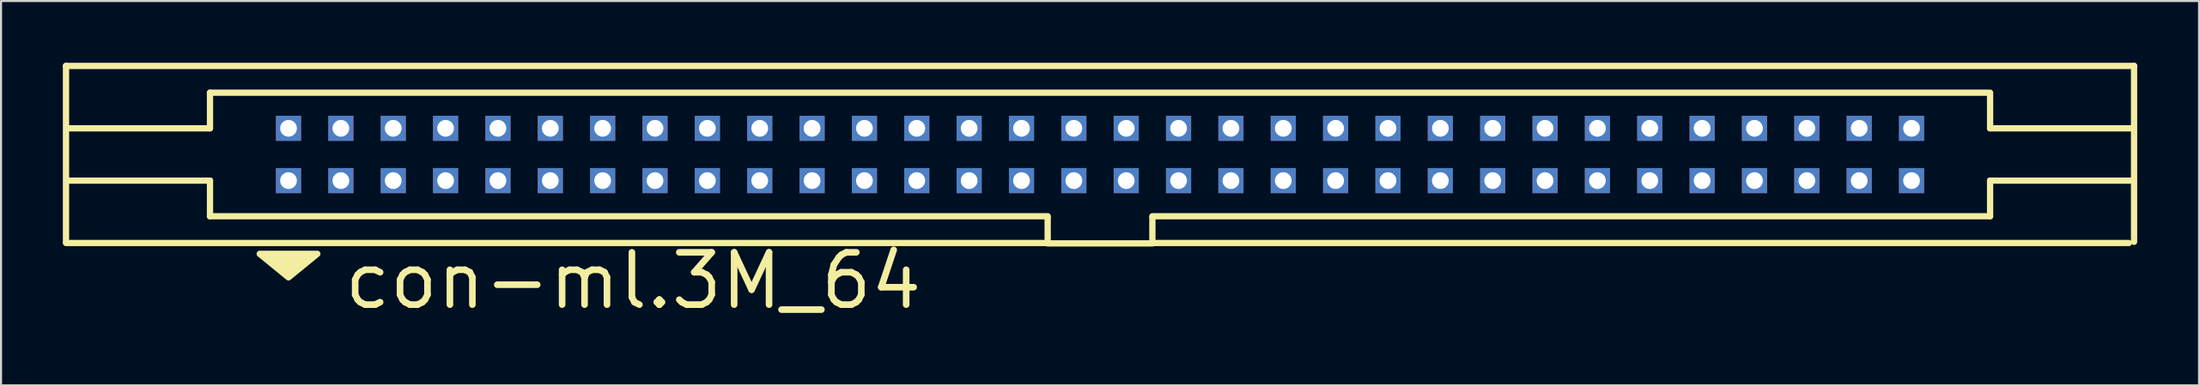
<source format=kicad_pcb>
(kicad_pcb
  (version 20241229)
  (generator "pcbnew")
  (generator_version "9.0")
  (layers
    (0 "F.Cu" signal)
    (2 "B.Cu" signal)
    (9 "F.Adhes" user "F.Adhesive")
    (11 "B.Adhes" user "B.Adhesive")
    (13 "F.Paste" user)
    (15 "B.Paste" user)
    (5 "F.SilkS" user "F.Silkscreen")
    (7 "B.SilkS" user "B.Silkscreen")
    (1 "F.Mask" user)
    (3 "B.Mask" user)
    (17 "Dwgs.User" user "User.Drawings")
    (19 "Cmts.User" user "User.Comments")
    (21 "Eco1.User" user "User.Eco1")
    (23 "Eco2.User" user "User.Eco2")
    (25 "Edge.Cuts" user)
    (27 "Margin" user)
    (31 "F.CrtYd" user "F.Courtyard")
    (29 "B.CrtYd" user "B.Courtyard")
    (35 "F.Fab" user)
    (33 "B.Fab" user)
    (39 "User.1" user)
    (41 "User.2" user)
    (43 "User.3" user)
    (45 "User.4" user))
  (footprint "con-ml.3M_64"
    (layer "F.Cu")
    (at 50.317 4.452)
    (property "Reference" "con-ml.3M_64" (at -36.83 7.62 0) (layer "F.SilkS") (effects (font (size 2.54 2.54) (thickness 0.32)) (justify left bottom)))
    (attr through_hole)
    (fp_line (start -50.165 -4.3) (end -50.165 4.242) (stroke (width 0.305) (type default)) (layer "F.SilkS"))
    (fp_line (start -50.165 4.3) (end -2.54 4.3) (stroke (width 0.305) (type default)) (layer "F.SilkS"))
    (fp_line (start -43.18 -1.27) (end -50.038 -1.27) (stroke (width 0.305) (type default)) (layer "F.SilkS"))
    (fp_line (start -43.18 -1.27) (end -43.18 -3) (stroke (width 0.305) (type default)) (layer "F.SilkS"))
    (fp_line (start -43.18 1.27) (end -50.038 1.27) (stroke (width 0.305) (type default)) (layer "F.SilkS"))
    (fp_line (start -43.18 3) (end -43.18 1.27) (stroke (width 0.305) (type default)) (layer "F.SilkS"))
    (fp_line (start -2.54 3) (end -43.18 3) (stroke (width 0.305) (type default)) (layer "F.SilkS"))
    (fp_line (start -2.54 4.3) (end -2.54 3.048) (stroke (width 0.305) (type default)) (layer "F.SilkS"))
    (fp_line (start -2.54 4.318) (end 2.54 4.318) (stroke (width 0.305) (type default)) (layer "F.SilkS"))
    (fp_line (start 2.54 3.048) (end 2.54 4.3) (stroke (width 0.305) (type default)) (layer "F.SilkS"))
    (fp_line (start 2.54 4.3) (end 49.911 4.3) (stroke (width 0.305) (type default)) (layer "F.SilkS"))
    (fp_line (start 43.053 -3) (end -43.18 -3) (stroke (width 0.305) (type default)) (layer "F.SilkS"))
    (fp_line (start 43.18 -1.27) (end 43.18 -3) (stroke (width 0.305) (type default)) (layer "F.SilkS"))
    (fp_line (start 43.18 -1.27) (end 50.038 -1.27) (stroke (width 0.305) (type default)) (layer "F.SilkS"))
    (fp_line (start 43.18 1.27) (end 50.038 1.27) (stroke (width 0.305) (type default)) (layer "F.SilkS"))
    (fp_line (start 43.18 3) (end 2.54 3) (stroke (width 0.305) (type default)) (layer "F.SilkS"))
    (fp_line (start 43.18 3) (end 43.18 1.27) (stroke (width 0.305) (type default)) (layer "F.SilkS"))
    (fp_line (start 50.165 -4.3) (end -50.165 -4.3) (stroke (width 0.305) (type default)) (layer "F.SilkS"))
    (fp_line (start 50.165 4.242) (end 50.165 -4.3) (stroke (width 0.305) (type default)) (layer "F.SilkS"))
    (fp_poly (pts (xy -40.767 4.826) (xy -37.973 4.826) (xy -39.37 5.969)) (stroke (width 0.305) (type default)) (fill yes) (layer "F.SilkS"))
    (pad "1" thru_hole rect (at -39.37 1.27) (size 1.219 1.219) (drill 0.813) (layers "*.Cu" "*.Mask"))
    (pad "2" thru_hole rect (at -39.37 -1.27) (size 1.219 1.219) (drill 0.813) (layers "*.Cu" "*.Mask"))
    (pad "3" thru_hole rect (at -36.83 1.27) (size 1.219 1.219) (drill 0.813) (layers "*.Cu" "*.Mask"))
    (pad "4" thru_hole rect (at -36.83 -1.27) (size 1.219 1.219) (drill 0.813) (layers "*.Cu" "*.Mask"))
    (pad "5" thru_hole rect (at -34.29 1.27) (size 1.219 1.219) (drill 0.813) (layers "*.Cu" "*.Mask"))
    (pad "6" thru_hole rect (at -34.29 -1.27) (size 1.219 1.219) (drill 0.813) (layers "*.Cu" "*.Mask"))
    (pad "7" thru_hole rect (at -31.75 1.27) (size 1.219 1.219) (drill 0.813) (layers "*.Cu" "*.Mask"))
    (pad "8" thru_hole rect (at -31.75 -1.27) (size 1.219 1.219) (drill 0.813) (layers "*.Cu" "*.Mask"))
    (pad "9" thru_hole rect (at -29.21 1.27) (size 1.219 1.219) (drill 0.813) (layers "*.Cu" "*.Mask"))
    (pad "10" thru_hole rect (at -29.21 -1.27) (size 1.219 1.219) (drill 0.813) (layers "*.Cu" "*.Mask"))
    (pad "11" thru_hole rect (at -26.67 1.27) (size 1.219 1.219) (drill 0.813) (layers "*.Cu" "*.Mask"))
    (pad "12" thru_hole rect (at -26.67 -1.27) (size 1.219 1.219) (drill 0.813) (layers "*.Cu" "*.Mask"))
    (pad "13" thru_hole rect (at -24.13 1.27) (size 1.219 1.219) (drill 0.813) (layers "*.Cu" "*.Mask"))
    (pad "14" thru_hole rect (at -24.13 -1.27) (size 1.219 1.219) (drill 0.813) (layers "*.Cu" "*.Mask"))
    (pad "15" thru_hole rect (at -21.59 1.27) (size 1.219 1.219) (drill 0.813) (layers "*.Cu" "*.Mask"))
    (pad "16" thru_hole rect (at -21.59 -1.27) (size 1.219 1.219) (drill 0.813) (layers "*.Cu" "*.Mask"))
    (pad "17" thru_hole rect (at -19.05 1.27) (size 1.219 1.219) (drill 0.813) (layers "*.Cu" "*.Mask"))
    (pad "18" thru_hole rect (at -19.05 -1.27) (size 1.219 1.219) (drill 0.813) (layers "*.Cu" "*.Mask"))
    (pad "19" thru_hole rect (at -16.51 1.27) (size 1.219 1.219) (drill 0.813) (layers "*.Cu" "*.Mask"))
    (pad "20" thru_hole rect (at -16.51 -1.27) (size 1.219 1.219) (drill 0.813) (layers "*.Cu" "*.Mask"))
    (pad "21" thru_hole rect (at -13.97 1.27) (size 1.219 1.219) (drill 0.813) (layers "*.Cu" "*.Mask"))
    (pad "22" thru_hole rect (at -13.97 -1.27) (size 1.219 1.219) (drill 0.813) (layers "*.Cu" "*.Mask"))
    (pad "23" thru_hole rect (at -11.43 1.27) (size 1.219 1.219) (drill 0.813) (layers "*.Cu" "*.Mask"))
    (pad "24" thru_hole rect (at -11.43 -1.27) (size 1.219 1.219) (drill 0.813) (layers "*.Cu" "*.Mask"))
    (pad "25" thru_hole rect (at -8.89 1.27) (size 1.219 1.219) (drill 0.813) (layers "*.Cu" "*.Mask"))
    (pad "26" thru_hole rect (at -8.89 -1.27) (size 1.219 1.219) (drill 0.813) (layers "*.Cu" "*.Mask"))
    (pad "27" thru_hole rect (at -6.35 1.27) (size 1.219 1.219) (drill 0.813) (layers "*.Cu" "*.Mask"))
    (pad "28" thru_hole rect (at -6.35 -1.27) (size 1.219 1.219) (drill 0.813) (layers "*.Cu" "*.Mask"))
    (pad "29" thru_hole rect (at -3.81 1.27) (size 1.219 1.219) (drill 0.813) (layers "*.Cu" "*.Mask"))
    (pad "30" thru_hole rect (at -3.81 -1.27) (size 1.219 1.219) (drill 0.813) (layers "*.Cu" "*.Mask"))
    (pad "31" thru_hole rect (at -1.27 1.27) (size 1.219 1.219) (drill 0.813) (layers "*.Cu" "*.Mask"))
    (pad "32" thru_hole rect (at -1.27 -1.27) (size 1.219 1.219) (drill 0.813) (layers "*.Cu" "*.Mask"))
    (pad "33" thru_hole rect (at 1.27 1.27) (size 1.219 1.219) (drill 0.813) (layers "*.Cu" "*.Mask"))
    (pad "34" thru_hole rect (at 1.27 -1.27) (size 1.219 1.219) (drill 0.813) (layers "*.Cu" "*.Mask"))
    (pad "35" thru_hole rect (at 3.81 1.27) (size 1.219 1.219) (drill 0.813) (layers "*.Cu" "*.Mask"))
    (pad "36" thru_hole rect (at 3.81 -1.27) (size 1.219 1.219) (drill 0.813) (layers "*.Cu" "*.Mask"))
    (pad "37" thru_hole rect (at 6.35 1.27) (size 1.219 1.219) (drill 0.813) (layers "*.Cu" "*.Mask"))
    (pad "38" thru_hole rect (at 6.35 -1.27) (size 1.219 1.219) (drill 0.813) (layers "*.Cu" "*.Mask"))
    (pad "39" thru_hole rect (at 8.89 1.27) (size 1.219 1.219) (drill 0.813) (layers "*.Cu" "*.Mask"))
    (pad "40" thru_hole rect (at 8.89 -1.27) (size 1.219 1.219) (drill 0.813) (layers "*.Cu" "*.Mask"))
    (pad "41" thru_hole rect (at 11.43 1.27) (size 1.219 1.219) (drill 0.813) (layers "*.Cu" "*.Mask"))
    (pad "42" thru_hole rect (at 11.43 -1.27) (size 1.219 1.219) (drill 0.813) (layers "*.Cu" "*.Mask"))
    (pad "43" thru_hole rect (at 13.97 1.27) (size 1.219 1.219) (drill 0.813) (layers "*.Cu" "*.Mask"))
    (pad "44" thru_hole rect (at 13.97 -1.27) (size 1.219 1.219) (drill 0.813) (layers "*.Cu" "*.Mask"))
    (pad "45" thru_hole rect (at 16.51 1.27) (size 1.219 1.219) (drill 0.813) (layers "*.Cu" "*.Mask"))
    (pad "46" thru_hole rect (at 16.51 -1.27) (size 1.219 1.219) (drill 0.813) (layers "*.Cu" "*.Mask"))
    (pad "47" thru_hole rect (at 19.05 1.27) (size 1.219 1.219) (drill 0.813) (layers "*.Cu" "*.Mask"))
    (pad "48" thru_hole rect (at 19.05 -1.27) (size 1.219 1.219) (drill 0.813) (layers "*.Cu" "*.Mask"))
    (pad "49" thru_hole rect (at 21.59 1.27) (size 1.219 1.219) (drill 0.813) (layers "*.Cu" "*.Mask"))
    (pad "50" thru_hole rect (at 21.59 -1.27) (size 1.219 1.219) (drill 0.813) (layers "*.Cu" "*.Mask"))
    (pad "51" thru_hole rect (at 24.13 1.27) (size 1.219 1.219) (drill 0.813) (layers "*.Cu" "*.Mask"))
    (pad "52" thru_hole rect (at 24.13 -1.27) (size 1.219 1.219) (drill 0.813) (layers "*.Cu" "*.Mask"))
    (pad "53" thru_hole rect (at 26.67 1.27) (size 1.219 1.219) (drill 0.813) (layers "*.Cu" "*.Mask"))
    (pad "54" thru_hole rect (at 26.67 -1.27) (size 1.219 1.219) (drill 0.813) (layers "*.Cu" "*.Mask"))
    (pad "55" thru_hole rect (at 29.21 1.27) (size 1.219 1.219) (drill 0.813) (layers "*.Cu" "*.Mask"))
    (pad "56" thru_hole rect (at 29.21 -1.27) (size 1.219 1.219) (drill 0.813) (layers "*.Cu" "*.Mask"))
    (pad "57" thru_hole rect (at 31.75 1.27) (size 1.219 1.219) (drill 0.813) (layers "*.Cu" "*.Mask"))
    (pad "58" thru_hole rect (at 31.75 -1.27) (size 1.219 1.219) (drill 0.813) (layers "*.Cu" "*.Mask"))
    (pad "59" thru_hole rect (at 34.29 1.27) (size 1.219 1.219) (drill 0.813) (layers "*.Cu" "*.Mask"))
    (pad "60" thru_hole rect (at 34.29 -1.27) (size 1.219 1.219) (drill 0.813) (layers "*.Cu" "*.Mask"))
    (pad "61" thru_hole rect (at 36.83 1.27) (size 1.219 1.219) (drill 0.813) (layers "*.Cu" "*.Mask"))
    (pad "62" thru_hole rect (at 36.83 -1.27) (size 1.219 1.219) (drill 0.813) (layers "*.Cu" "*.Mask"))
    (pad "63" thru_hole rect (at 39.37 1.27) (size 1.219 1.219) (drill 0.813) (layers "*.Cu" "*.Mask"))
    (pad "64" thru_hole rect (at 39.37 -1.27) (size 1.219 1.219) (drill 0.813) (layers "*.Cu" "*.Mask")))
  (gr_rect
    (start -3 -3)
    (end 103.635 15.667)
    (stroke (width 0.1) (type default))
    (fill no)
    (layer "Edge.Cuts")))
</source>
